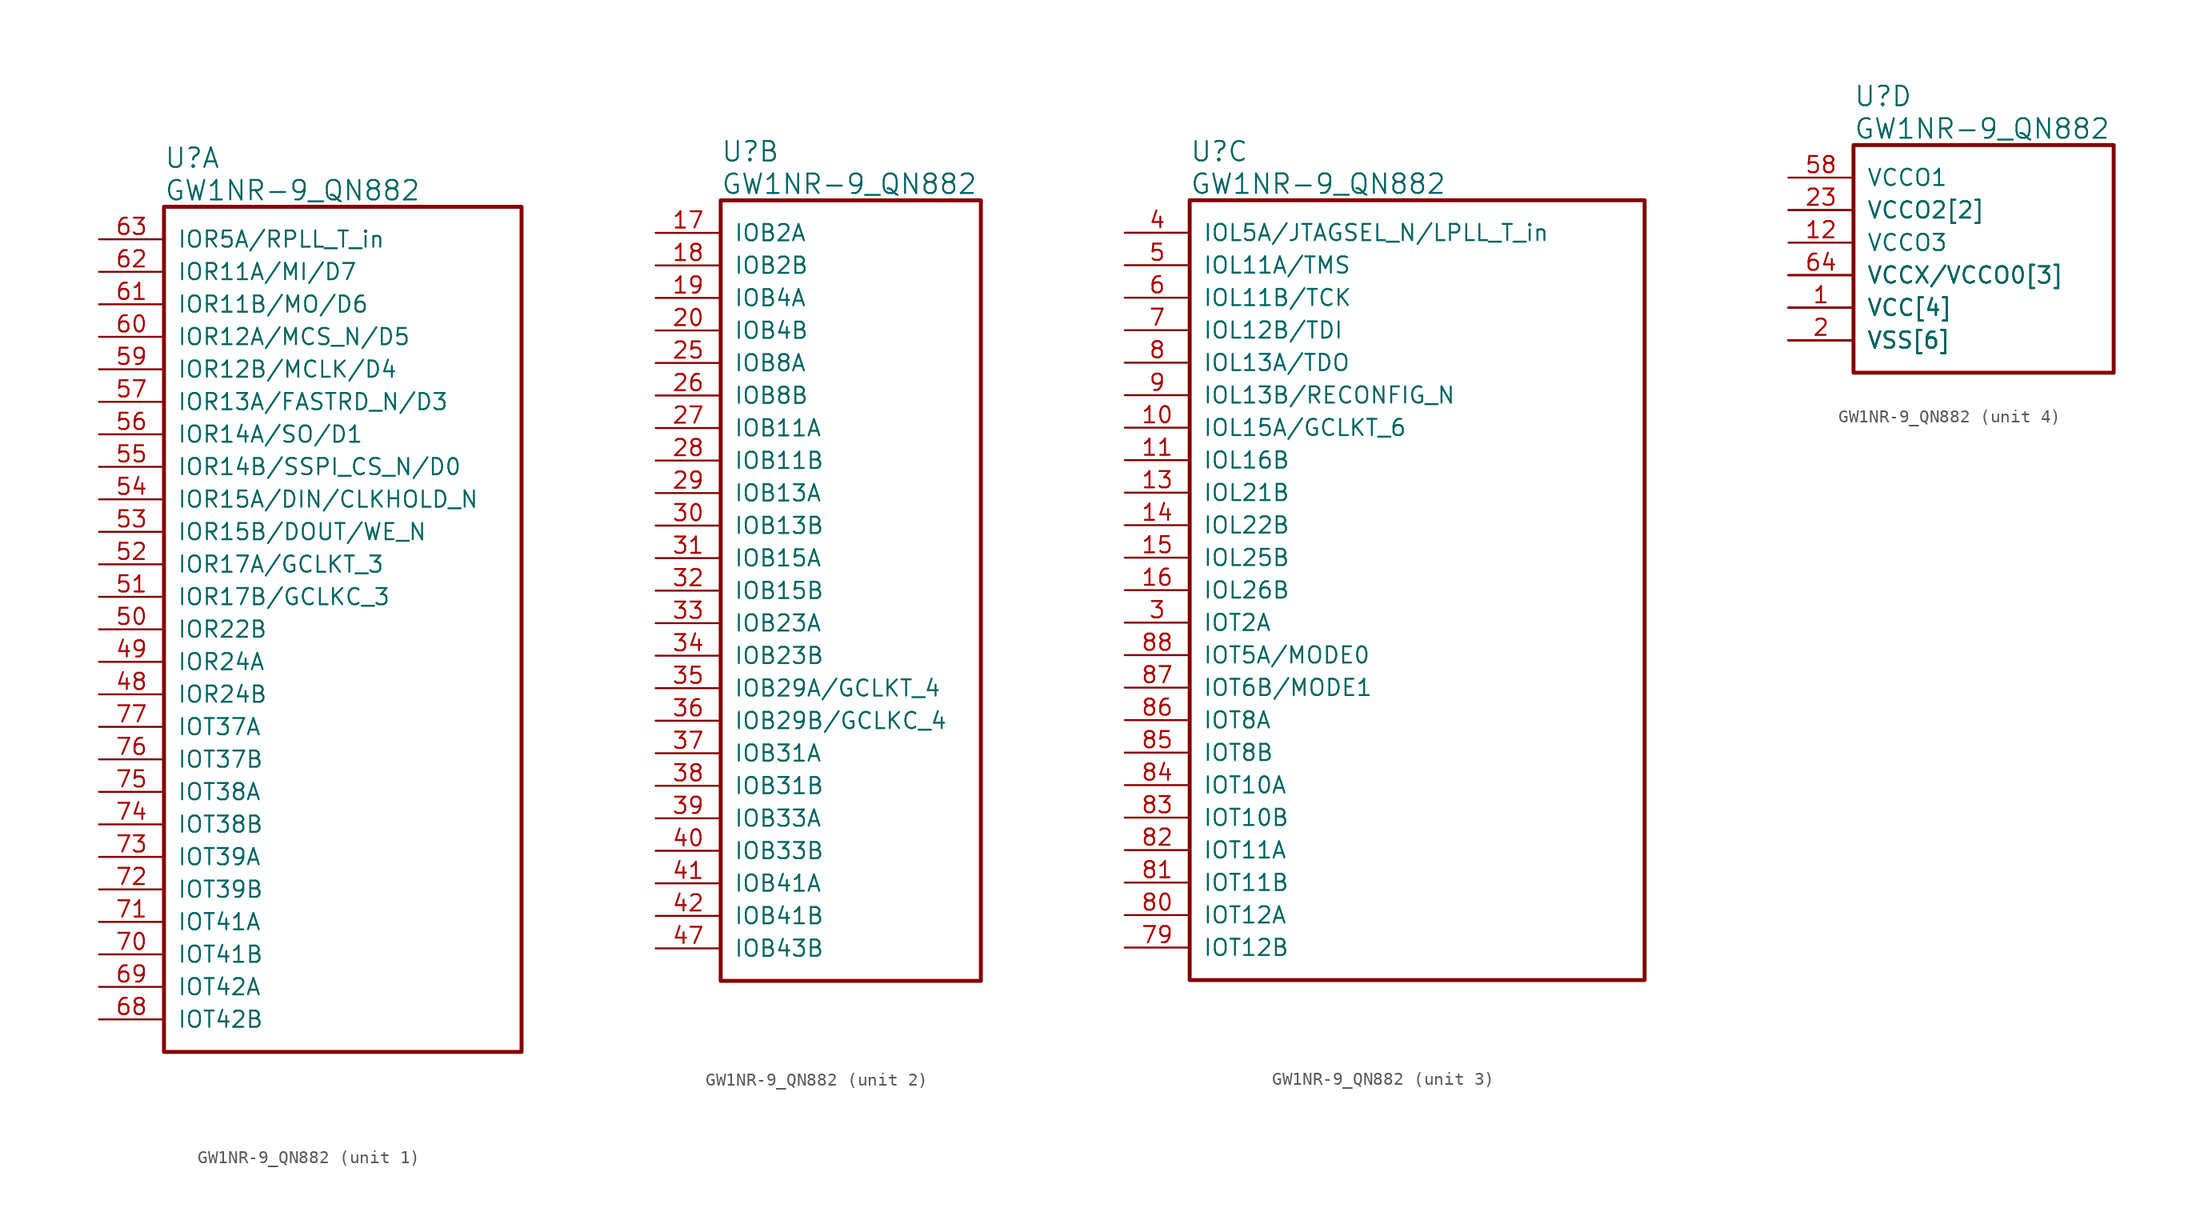
<source format=kicad_sym>
(kicad_symbol_lib
  (version 20241209)
  (generator "kicad_symbol_editor")
  (generator_version "9.0")
  (symbol "GW1NR-9_QN882"
    (pin_names
      (offset 1.016))
    (property "Reference" "U"
      (at 5.08 6.35 0)
      (effects (font (size 1.524 1.524)) (justify left)))
    (property "Value" "GW1NR-9_QN882"
      (at 5.08 3.81 0)
      (effects (font (size 1.524 1.524)) (justify left)))
    (property "ki_locked" ""
      (at 0 0 0)
      (effects (font (size 1.27 1.27))))
    (symbol "GW1NR-9_QN882_1_1"
      (rectangle (start 5.08 2.54) (end 33.02 -63.5) (stroke (width 0.305) (type solid)) (fill (type none)))
      (pin bidirectional line (at 0 0 0) (length 5.08) (name "IOR5A/RPLL_T_in" (effects (font (size 1.27 1.27)))) (number "63" (effects (font (size 1.27 1.27)))))
      (pin bidirectional line (at 0 -2.54 0) (length 5.08) (name "IOR11A/MI/D7" (effects (font (size 1.27 1.27)))) (number "62" (effects (font (size 1.27 1.27)))))
      (pin bidirectional line (at 0 -5.08 0) (length 5.08) (name "IOR11B/MO/D6" (effects (font (size 1.27 1.27)))) (number "61" (effects (font (size 1.27 1.27)))))
      (pin bidirectional line (at 0 -7.62 0) (length 5.08) (name "IOR12A/MCS_N/D5" (effects (font (size 1.27 1.27)))) (number "60" (effects (font (size 1.27 1.27)))))
      (pin bidirectional line (at 0 -10.16 0) (length 5.08) (name "IOR12B/MCLK/D4" (effects (font (size 1.27 1.27)))) (number "59" (effects (font (size 1.27 1.27)))))
      (pin bidirectional line (at 0 -12.7 0) (length 5.08) (name "IOR13A/FASTRD_N/D3" (effects (font (size 1.27 1.27)))) (number "57" (effects (font (size 1.27 1.27)))))
      (pin bidirectional line (at 0 -15.24 0) (length 5.08) (name "IOR14A/SO/D1" (effects (font (size 1.27 1.27)))) (number "56" (effects (font (size 1.27 1.27)))))
      (pin bidirectional line (at 0 -17.78 0) (length 5.08) (name "IOR14B/SSPI_CS_N/D0" (effects (font (size 1.27 1.27)))) (number "55" (effects (font (size 1.27 1.27)))))
      (pin bidirectional line (at 0 -20.32 0) (length 5.08) (name "IOR15A/DIN/CLKHOLD_N" (effects (font (size 1.27 1.27)))) (number "54" (effects (font (size 1.27 1.27)))))
      (pin bidirectional line (at 0 -22.86 0) (length 5.08) (name "IOR15B/DOUT/WE_N" (effects (font (size 1.27 1.27)))) (number "53" (effects (font (size 1.27 1.27)))))
      (pin bidirectional line (at 0 -25.4 0) (length 5.08) (name "IOR17A/GCLKT_3" (effects (font (size 1.27 1.27)))) (number "52" (effects (font (size 1.27 1.27)))))
      (pin bidirectional line (at 0 -27.94 0) (length 5.08) (name "IOR17B/GCLKC_3" (effects (font (size 1.27 1.27)))) (number "51" (effects (font (size 1.27 1.27)))))
      (pin bidirectional line (at 0 -30.48 0) (length 5.08) (name "IOR22B" (effects (font (size 1.27 1.27)))) (number "50" (effects (font (size 1.27 1.27)))))
      (pin bidirectional line (at 0 -33.02 0) (length 5.08) (name "IOR24A" (effects (font (size 1.27 1.27)))) (number "49" (effects (font (size 1.27 1.27)))))
      (pin bidirectional line (at 0 -35.56 0) (length 5.08) (name "IOR24B" (effects (font (size 1.27 1.27)))) (number "48" (effects (font (size 1.27 1.27)))))
      (pin bidirectional line (at 0 -38.1 0) (length 5.08) (name "IOT37A" (effects (font (size 1.27 1.27)))) (number "77" (effects (font (size 1.27 1.27)))))
      (pin bidirectional line (at 0 -40.64 0) (length 5.08) (name "IOT37B" (effects (font (size 1.27 1.27)))) (number "76" (effects (font (size 1.27 1.27)))))
      (pin bidirectional line (at 0 -43.18 0) (length 5.08) (name "IOT38A" (effects (font (size 1.27 1.27)))) (number "75" (effects (font (size 1.27 1.27)))))
      (pin bidirectional line (at 0 -45.72 0) (length 5.08) (name "IOT38B" (effects (font (size 1.27 1.27)))) (number "74" (effects (font (size 1.27 1.27)))))
      (pin bidirectional line (at 0 -48.26 0) (length 5.08) (name "IOT39A" (effects (font (size 1.27 1.27)))) (number "73" (effects (font (size 1.27 1.27)))))
      (pin bidirectional line (at 0 -50.8 0) (length 5.08) (name "IOT39B" (effects (font (size 1.27 1.27)))) (number "72" (effects (font (size 1.27 1.27)))))
      (pin bidirectional line (at 0 -53.34 0) (length 5.08) (name "IOT41A" (effects (font (size 1.27 1.27)))) (number "71" (effects (font (size 1.27 1.27)))))
      (pin bidirectional line (at 0 -55.88 0) (length 5.08) (name "IOT41B" (effects (font (size 1.27 1.27)))) (number "70" (effects (font (size 1.27 1.27)))))
      (pin bidirectional line (at 0 -58.42 0) (length 5.08) (name "IOT42A" (effects (font (size 1.27 1.27)))) (number "69" (effects (font (size 1.27 1.27)))))
      (pin bidirectional line (at 0 -60.96 0) (length 5.08) (name "IOT42B" (effects (font (size 1.27 1.27)))) (number "68" (effects (font (size 1.27 1.27))))))
    (symbol "GW1NR-9_QN882_2_1"
      (rectangle (start 5.08 2.54) (end 25.4 -58.42) (stroke (width 0.305) (type solid)) (fill (type none)))
      (pin bidirectional line (at 0 0 0) (length 5.08) (name "IOB2A" (effects (font (size 1.27 1.27)))) (number "17" (effects (font (size 1.27 1.27)))))
      (pin bidirectional line (at 0 -2.54 0) (length 5.08) (name "IOB2B" (effects (font (size 1.27 1.27)))) (number "18" (effects (font (size 1.27 1.27)))))
      (pin bidirectional line (at 0 -5.08 0) (length 5.08) (name "IOB4A" (effects (font (size 1.27 1.27)))) (number "19" (effects (font (size 1.27 1.27)))))
      (pin bidirectional line (at 0 -7.62 0) (length 5.08) (name "IOB4B" (effects (font (size 1.27 1.27)))) (number "20" (effects (font (size 1.27 1.27)))))
      (pin bidirectional line (at 0 -10.16 0) (length 5.08) (name "IOB8A" (effects (font (size 1.27 1.27)))) (number "25" (effects (font (size 1.27 1.27)))))
      (pin bidirectional line (at 0 -12.7 0) (length 5.08) (name "IOB8B" (effects (font (size 1.27 1.27)))) (number "26" (effects (font (size 1.27 1.27)))))
      (pin bidirectional line (at 0 -15.24 0) (length 5.08) (name "IOB11A" (effects (font (size 1.27 1.27)))) (number "27" (effects (font (size 1.27 1.27)))))
      (pin bidirectional line (at 0 -17.78 0) (length 5.08) (name "IOB11B" (effects (font (size 1.27 1.27)))) (number "28" (effects (font (size 1.27 1.27)))))
      (pin bidirectional line (at 0 -20.32 0) (length 5.08) (name "IOB13A" (effects (font (size 1.27 1.27)))) (number "29" (effects (font (size 1.27 1.27)))))
      (pin bidirectional line (at 0 -22.86 0) (length 5.08) (name "IOB13B" (effects (font (size 1.27 1.27)))) (number "30" (effects (font (size 1.27 1.27)))))
      (pin bidirectional line (at 0 -25.4 0) (length 5.08) (name "IOB15A" (effects (font (size 1.27 1.27)))) (number "31" (effects (font (size 1.27 1.27)))))
      (pin bidirectional line (at 0 -27.94 0) (length 5.08) (name "IOB15B" (effects (font (size 1.27 1.27)))) (number "32" (effects (font (size 1.27 1.27)))))
      (pin bidirectional line (at 0 -30.48 0) (length 5.08) (name "IOB23A" (effects (font (size 1.27 1.27)))) (number "33" (effects (font (size 1.27 1.27)))))
      (pin bidirectional line (at 0 -33.02 0) (length 5.08) (name "IOB23B" (effects (font (size 1.27 1.27)))) (number "34" (effects (font (size 1.27 1.27)))))
      (pin bidirectional line (at 0 -35.56 0) (length 5.08) (name "IOB29A/GCLKT_4" (effects (font (size 1.27 1.27)))) (number "35" (effects (font (size 1.27 1.27)))))
      (pin bidirectional line (at 0 -38.1 0) (length 5.08) (name "IOB29B/GCLKC_4" (effects (font (size 1.27 1.27)))) (number "36" (effects (font (size 1.27 1.27)))))
      (pin bidirectional line (at 0 -40.64 0) (length 5.08) (name "IOB31A" (effects (font (size 1.27 1.27)))) (number "37" (effects (font (size 1.27 1.27)))))
      (pin bidirectional line (at 0 -43.18 0) (length 5.08) (name "IOB31B" (effects (font (size 1.27 1.27)))) (number "38" (effects (font (size 1.27 1.27)))))
      (pin bidirectional line (at 0 -45.72 0) (length 5.08) (name "IOB33A" (effects (font (size 1.27 1.27)))) (number "39" (effects (font (size 1.27 1.27)))))
      (pin bidirectional line (at 0 -48.26 0) (length 5.08) (name "IOB33B" (effects (font (size 1.27 1.27)))) (number "40" (effects (font (size 1.27 1.27)))))
      (pin bidirectional line (at 0 -50.8 0) (length 5.08) (name "IOB41A" (effects (font (size 1.27 1.27)))) (number "41" (effects (font (size 1.27 1.27)))))
      (pin bidirectional line (at 0 -53.34 0) (length 5.08) (name "IOB41B" (effects (font (size 1.27 1.27)))) (number "42" (effects (font (size 1.27 1.27)))))
      (pin bidirectional line (at 0 -55.88 0) (length 5.08) (name "IOB43B" (effects (font (size 1.27 1.27)))) (number "47" (effects (font (size 1.27 1.27))))))
    (symbol "GW1NR-9_QN882_3_1"
      (rectangle (start 5.08 2.54) (end 40.64 -58.42) (stroke (width 0.305) (type solid)) (fill (type none)))
      (pin bidirectional line (at 0 0 0) (length 5.08) (name "IOL5A/JTAGSEL_N/LPLL_T_in" (effects (font (size 1.27 1.27)))) (number "4" (effects (font (size 1.27 1.27)))))
      (pin bidirectional line (at 0 -2.54 0) (length 5.08) (name "IOL11A/TMS" (effects (font (size 1.27 1.27)))) (number "5" (effects (font (size 1.27 1.27)))))
      (pin bidirectional line (at 0 -5.08 0) (length 5.08) (name "IOL11B/TCK" (effects (font (size 1.27 1.27)))) (number "6" (effects (font (size 1.27 1.27)))))
      (pin bidirectional line (at 0 -7.62 0) (length 5.08) (name "IOL12B/TDI" (effects (font (size 1.27 1.27)))) (number "7" (effects (font (size 1.27 1.27)))))
      (pin bidirectional line (at 0 -10.16 0) (length 5.08) (name "IOL13A/TDO" (effects (font (size 1.27 1.27)))) (number "8" (effects (font (size 1.27 1.27)))))
      (pin bidirectional line (at 0 -12.7 0) (length 5.08) (name "IOL13B/RECONFIG_N" (effects (font (size 1.27 1.27)))) (number "9" (effects (font (size 1.27 1.27)))))
      (pin bidirectional line (at 0 -15.24 0) (length 5.08) (name "IOL15A/GCLKT_6" (effects (font (size 1.27 1.27)))) (number "10" (effects (font (size 1.27 1.27)))))
      (pin bidirectional line (at 0 -17.78 0) (length 5.08) (name "IOL16B" (effects (font (size 1.27 1.27)))) (number "11" (effects (font (size 1.27 1.27)))))
      (pin bidirectional line (at 0 -20.32 0) (length 5.08) (name "IOL21B" (effects (font (size 1.27 1.27)))) (number "13" (effects (font (size 1.27 1.27)))))
      (pin bidirectional line (at 0 -22.86 0) (length 5.08) (name "IOL22B" (effects (font (size 1.27 1.27)))) (number "14" (effects (font (size 1.27 1.27)))))
      (pin bidirectional line (at 0 -25.4 0) (length 5.08) (name "IOL25B" (effects (font (size 1.27 1.27)))) (number "15" (effects (font (size 1.27 1.27)))))
      (pin bidirectional line (at 0 -27.94 0) (length 5.08) (name "IOL26B" (effects (font (size 1.27 1.27)))) (number "16" (effects (font (size 1.27 1.27)))))
      (pin bidirectional line (at 0 -30.48 0) (length 5.08) (name "IOT2A" (effects (font (size 1.27 1.27)))) (number "3" (effects (font (size 1.27 1.27)))))
      (pin bidirectional line (at 0 -33.02 0) (length 5.08) (name "IOT5A/MODE0" (effects (font (size 1.27 1.27)))) (number "88" (effects (font (size 1.27 1.27)))))
      (pin bidirectional line (at 0 -35.56 0) (length 5.08) (name "IOT6B/MODE1" (effects (font (size 1.27 1.27)))) (number "87" (effects (font (size 1.27 1.27)))))
      (pin bidirectional line (at 0 -38.1 0) (length 5.08) (name "IOT8A" (effects (font (size 1.27 1.27)))) (number "86" (effects (font (size 1.27 1.27)))))
      (pin bidirectional line (at 0 -40.64 0) (length 5.08) (name "IOT8B" (effects (font (size 1.27 1.27)))) (number "85" (effects (font (size 1.27 1.27)))))
      (pin bidirectional line (at 0 -43.18 0) (length 5.08) (name "IOT10A" (effects (font (size 1.27 1.27)))) (number "84" (effects (font (size 1.27 1.27)))))
      (pin bidirectional line (at 0 -45.72 0) (length 5.08) (name "IOT10B" (effects (font (size 1.27 1.27)))) (number "83" (effects (font (size 1.27 1.27)))))
      (pin bidirectional line (at 0 -48.26 0) (length 5.08) (name "IOT11A" (effects (font (size 1.27 1.27)))) (number "82" (effects (font (size 1.27 1.27)))))
      (pin bidirectional line (at 0 -50.8 0) (length 5.08) (name "IOT11B" (effects (font (size 1.27 1.27)))) (number "81" (effects (font (size 1.27 1.27)))))
      (pin bidirectional line (at 0 -53.34 0) (length 5.08) (name "IOT12A" (effects (font (size 1.27 1.27)))) (number "80" (effects (font (size 1.27 1.27)))))
      (pin bidirectional line (at 0 -55.88 0) (length 5.08) (name "IOT12B" (effects (font (size 1.27 1.27)))) (number "79" (effects (font (size 1.27 1.27))))))
    (symbol "GW1NR-9_QN882_4_1"
      (rectangle (start 5.08 2.54) (end 25.4 -15.24) (stroke (width 0.305) (type solid)) (fill (type none)))
      (pin power_in line (at 0 0 0) (length 5.08) (name "VCCO1" (effects (font (size 1.27 1.27)))) (number "58" (effects (font (size 1.27 1.27)))))
      (pin power_in line (at 0 -2.54 0) (length 5.08) (name "VCCO2[2]" (effects (font (size 1.27 1.27)))) (number "23" (effects (font (size 1.27 1.27)))))
      (pin power_in line (at 0 -2.54 0) (length 5.08) (name "VCCO2[2]" (effects (font (size 1.27 1.27)))) (number "44" (effects (font (size 0 0)))))
      (pin power_in line (at 0 -5.08 0) (length 5.08) (name "VCCO3" (effects (font (size 1.27 1.27)))) (number "12" (effects (font (size 1.27 1.27)))))
      (pin power_in line (at 0 -7.62 0) (length 5.08) (name "VCCX/VCCO0[3]" (effects (font (size 1.27 1.27)))) (number "64" (effects (font (size 1.27 1.27)))))
      (pin power_in line (at 0 -7.62 0) (length 5.08) (name "VCCX/VCCO0[3]" (effects (font (size 1.27 1.27)))) (number "67" (effects (font (size 0 0)))))
      (pin power_in line (at 0 -7.62 0) (length 5.08) (name "VCCX/VCCO0[3]" (effects (font (size 1.27 1.27)))) (number "78" (effects (font (size 0 0)))))
      (pin power_in line (at 0 -10.16 0) (length 5.08) (name "VCC[4]" (effects (font (size 1.27 1.27)))) (number "1" (effects (font (size 1.27 1.27)))))
      (pin power_in line (at 0 -10.16 0) (length 5.08) (name "VCC[4]" (effects (font (size 1.27 1.27)))) (number "22" (effects (font (size 0 0)))))
      (pin power_in line (at 0 -10.16 0) (length 5.08) (name "VCC[4]" (effects (font (size 1.27 1.27)))) (number "45" (effects (font (size 0 0)))))
      (pin power_in line (at 0 -10.16 0) (length 5.08) (name "VCC[4]" (effects (font (size 1.27 1.27)))) (number "66" (effects (font (size 0 0)))))
      (pin power_in line (at 0 -12.7 0) (length 5.08) (name "VSS[6]" (effects (font (size 1.27 1.27)))) (number "2" (effects (font (size 1.27 1.27)))))
      (pin power_in line (at 0 -12.7 0) (length 5.08) (name "VSS[6]" (effects (font (size 1.27 1.27)))) (number "21" (effects (font (size 0 0)))))
      (pin power_in line (at 0 -12.7 0) (length 5.08) (name "VSS[6]" (effects (font (size 1.27 1.27)))) (number "24" (effects (font (size 0 0)))))
      (pin power_in line (at 0 -12.7 0) (length 5.08) (name "VSS[6]" (effects (font (size 1.27 1.27)))) (number "43" (effects (font (size 0 0)))))
      (pin power_in line (at 0 -12.7 0) (length 5.08) (name "VSS[6]" (effects (font (size 1.27 1.27)))) (number "46" (effects (font (size 0 0)))))
      (pin power_in line (at 0 -12.7 0) (length 5.08) (name "VSS[6]" (effects (font (size 1.27 1.27)))) (number "65" (effects (font (size 0 0))))))))
</source>
